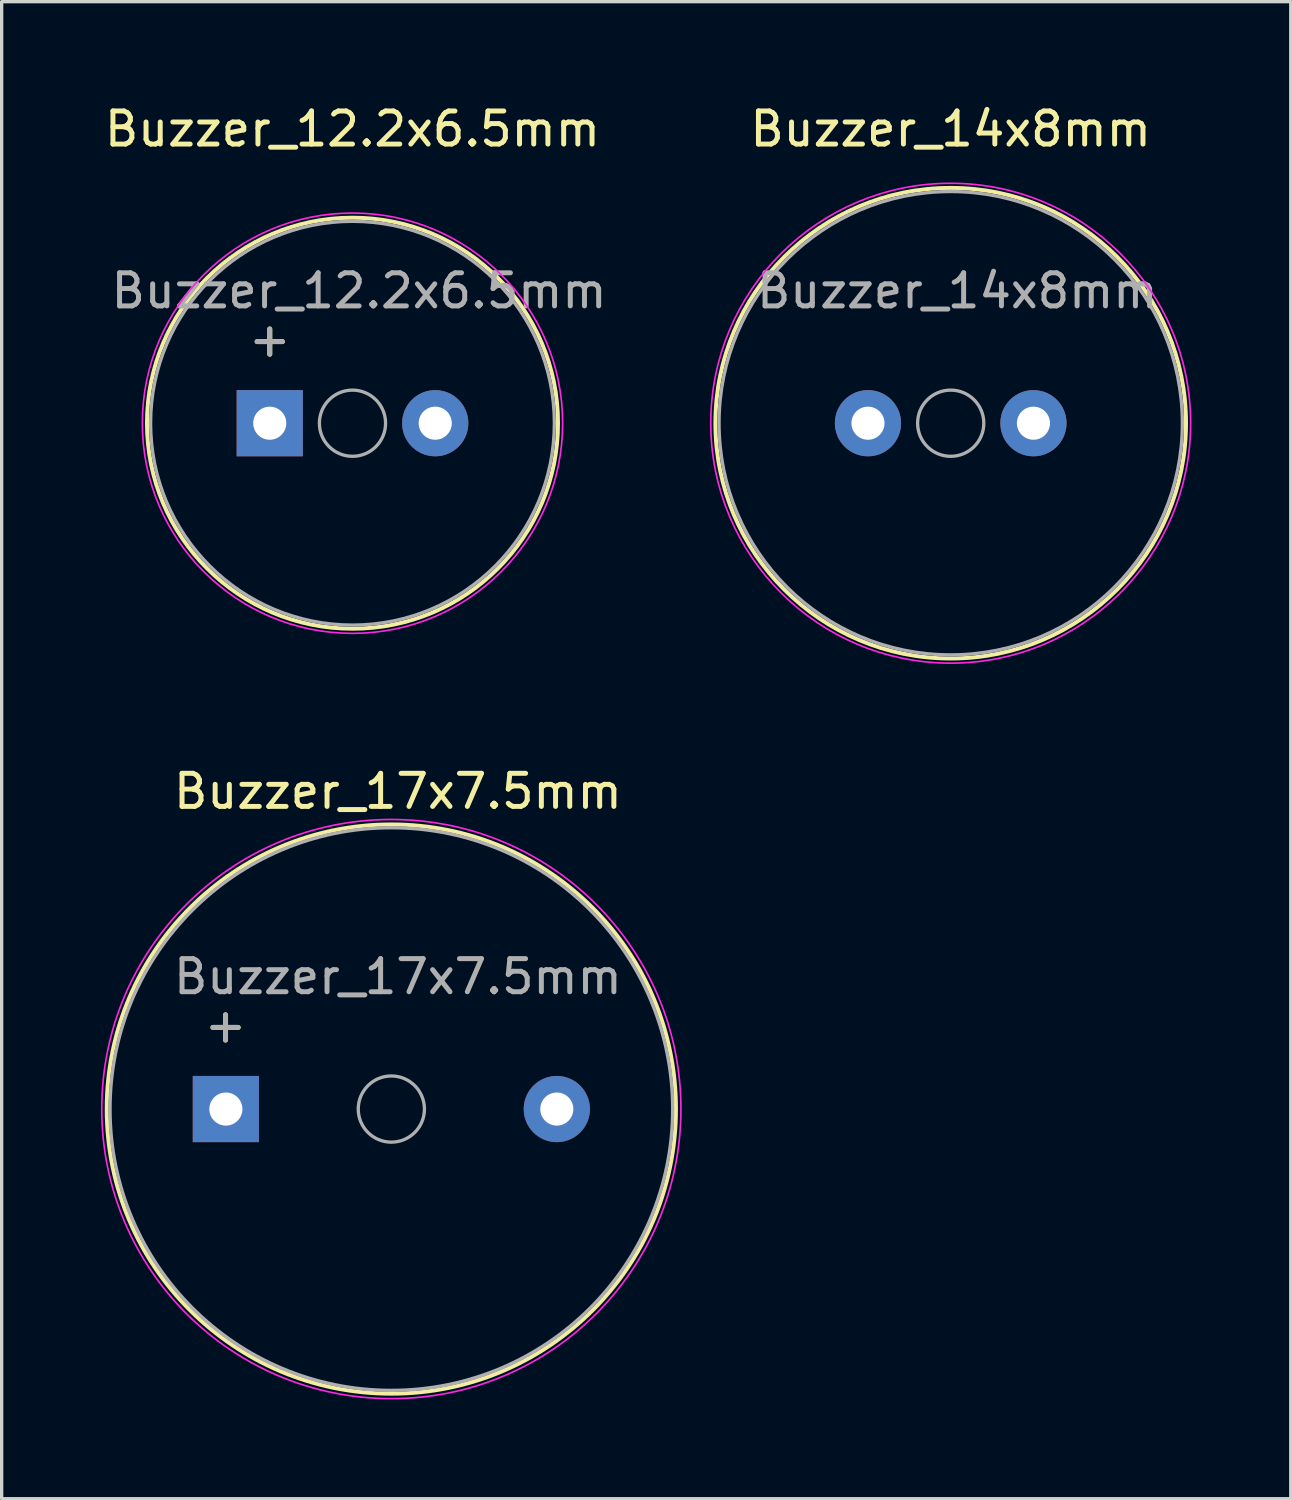
<source format=kicad_pcb>
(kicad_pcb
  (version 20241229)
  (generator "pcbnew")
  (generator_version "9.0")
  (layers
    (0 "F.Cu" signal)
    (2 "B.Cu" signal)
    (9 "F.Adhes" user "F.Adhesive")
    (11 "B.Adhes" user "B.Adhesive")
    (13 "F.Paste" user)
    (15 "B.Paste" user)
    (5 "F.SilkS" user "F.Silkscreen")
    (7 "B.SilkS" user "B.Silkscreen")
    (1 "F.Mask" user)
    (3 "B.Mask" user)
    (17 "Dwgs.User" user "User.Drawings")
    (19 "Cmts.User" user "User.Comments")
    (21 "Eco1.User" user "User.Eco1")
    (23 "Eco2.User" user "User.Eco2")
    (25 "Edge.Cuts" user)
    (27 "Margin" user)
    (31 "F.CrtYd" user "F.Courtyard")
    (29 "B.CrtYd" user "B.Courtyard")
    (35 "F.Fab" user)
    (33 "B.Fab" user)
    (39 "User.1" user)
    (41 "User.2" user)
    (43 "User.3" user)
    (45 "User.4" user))
  (footprint "Buzzer_17x7.5mm"
    (layer "F.Cu")
    (at 8.775 30.462)
    (property "Reference" "Buzzer_17x7.5mm" (at 0.2 -9.6 0) (layer "F.SilkS") (effects (font (size 1 1) (thickness 0.15))))
    (attr through_hole)
    (fp_circle (center 0 0) (end 8.6 0) (stroke (width 0.12) (type solid)) (fill no) (layer "F.SilkS"))
    (fp_circle (center 0 0) (end 8.75 0) (stroke (width 0.05) (type solid)) (fill no) (layer "F.CrtYd"))
    (fp_circle (center 0 0) (end 1 0) (stroke (width 0.1) (type solid)) (fill no) (layer "F.Fab"))
    (fp_circle (center 0 0) (end 8.5 0) (stroke (width 0.1) (type solid)) (fill no) (layer "F.Fab"))
    (fp_text user "+" (at -5.01 -2.54 0) (layer "F.SilkS") (effects (font (size 1 1) (thickness 0.15))))
    (fp_text user "+" (at -5.01 -2.54 0) (layer "F.Fab") (effects (font (size 1 1) (thickness 0.15))))
    (fp_text user "${REFERENCE}" (at 0.2 -4 0) (layer "F.Fab") (effects (font (size 1 1) (thickness 0.15))))
    (pad "1" thru_hole rect (at -5 0) (size 2 2) (drill 1) (layers "*.Cu" "*.Mask"))
    (pad "2" thru_hole circle (at 5 0) (size 2 2) (drill 1) (layers "*.Cu" "*.Mask")))
  (footprint "Buzzer_12.2x6.5mm"
    (layer "F.Cu")
    (at 7.601 9.738)
    (property "Reference" "Buzzer_12.2x6.5mm" (at 0 -8.89 0) (layer "F.SilkS") (effects (font (size 1 1) (thickness 0.15))))
    (attr through_hole)
    (fp_circle (center 0 0) (end 6.21 0) (stroke (width 0.12) (type solid)) (fill no) (layer "F.SilkS"))
    (fp_circle (center 0 0) (end 6.35 0) (stroke (width 0.05) (type solid)) (fill no) (layer "F.CrtYd"))
    (fp_circle (center 0 0) (end 1 0) (stroke (width 0.1) (type solid)) (fill no) (layer "F.Fab"))
    (fp_circle (center 0 0) (end 6.1 0) (stroke (width 0.1) (type solid)) (fill no) (layer "F.Fab"))
    (fp_text user "+" (at -2.5 -2.54 0) (layer "F.SilkS") (effects (font (size 1 1) (thickness 0.15))))
    (fp_text user "${REFERENCE}" (at 0.2 -4 0) (layer "F.Fab") (effects (font (size 1 1) (thickness 0.15))))
    (fp_text user "+" (at -2.5 -2.54 0) (layer "F.Fab") (effects (font (size 1 1) (thickness 0.15))))
    (pad "1" thru_hole rect (at -2.5 0) (size 2 2) (drill 1) (layers "*.Cu" "*.Mask"))
    (pad "2" thru_hole circle (at 2.5 0) (size 2 2) (drill 1) (layers "*.Cu" "*.Mask")))
  (footprint "Buzzer_14x8mm"
    (layer "F.Cu")
    (at 25.677 9.738)
    (property "Reference" "Buzzer_14x8mm" (at 0 -8.89 0) (layer "F.SilkS") (effects (font (size 1 1) (thickness 0.15))))
    (attr through_hole)
    (fp_circle (center 0 0) (end 7.11 0) (stroke (width 0.12) (type solid)) (fill no) (layer "F.SilkS"))
    (fp_circle (center 0 0) (end 7.25 0) (stroke (width 0.05) (type solid)) (fill no) (layer "F.CrtYd"))
    (fp_circle (center 0 0) (end 1 0) (stroke (width 0.1) (type solid)) (fill no) (layer "F.Fab"))
    (fp_circle (center 0 0) (end 7 0) (stroke (width 0.1) (type solid)) (fill no) (layer "F.Fab"))
    (fp_text user "${REFERENCE}" (at 0.2 -4 0) (layer "F.Fab") (effects (font (size 1 1) (thickness 0.15))))
    (pad "1" thru_hole circle (at -2.5 0) (size 2 2) (drill 1) (layers "*.Cu" "*.Mask"))
    (pad "2" thru_hole circle (at 2.5 0) (size 2 2) (drill 1) (layers "*.Cu" "*.Mask")))
  (gr_rect
    (start -3 -3)
    (end 35.952 42.236)
    (stroke (width 0.1) (type default))
    (fill no)
    (layer "Edge.Cuts")))
</source>
